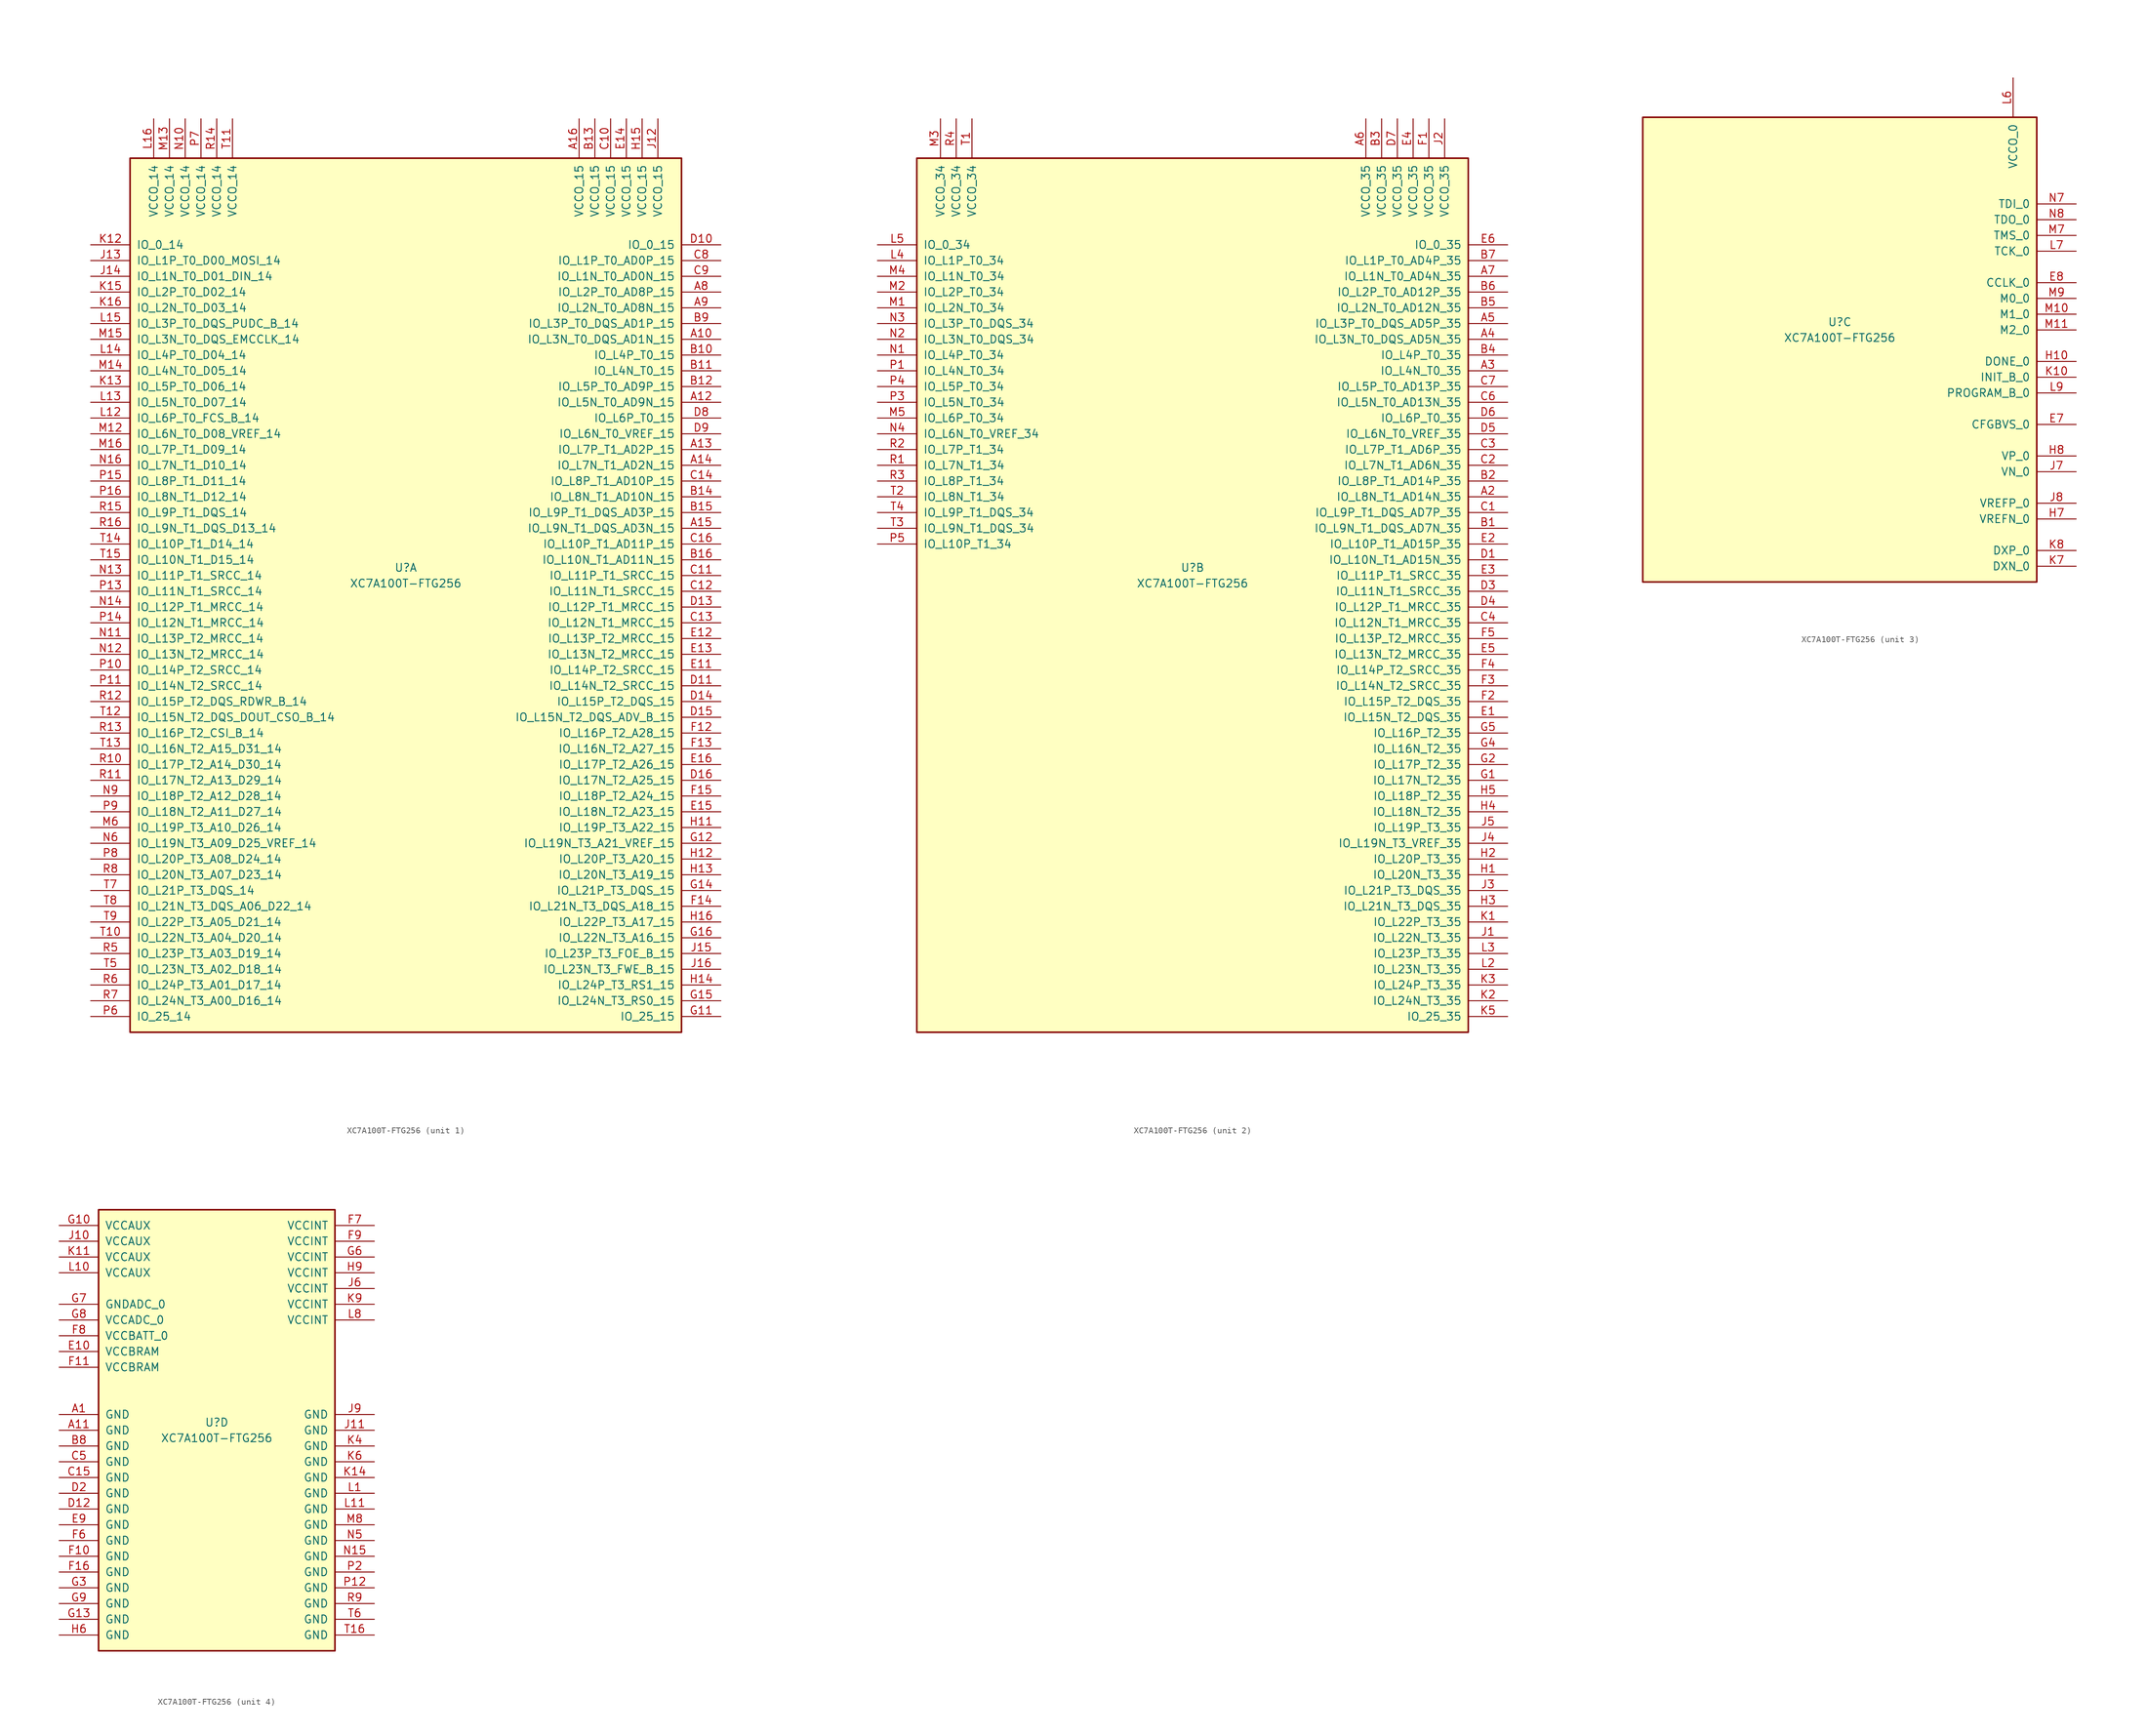
<source format=kicad_sym>
(kicad_symbol_lib
  (version 20241209)
  (generator "kicad_symbol_editor")
  (generator_version "9.0")
  (symbol "XC7A100T-FTG256"
    (pin_names
      (offset 1.016))
    (property "Reference" "U"
      (at 0 1.27 0)
      (effects (font (size 1.27 1.27))))
    (property "Value" "XC7A100T-FTG256"
      (at 0 -1.27 0)
      (effects (font (size 1.27 1.27))))
    (property "Datasheet" ""
      (at 0 0 0)
      (effects (font (size 1.27 1.27))))
    (property "ki_locked" ""
      (at 0 0 0)
      (effects (font (size 1.27 1.27))))
    (symbol "XC7A100T-FTG256_1_1"
      (rectangle (start -44.45 67.31) (end 44.45 -73.66) (stroke (width 0.254) (type default)) (fill (type background)))
      (pin bidirectional line (at -50.8 53.34 0) (length 6.35) (name "IO_0_14" (effects (font (size 1.27 1.27)))) (number "K12" (effects (font (size 1.27 1.27)))))
      (pin bidirectional line (at -50.8 50.8 0) (length 6.35) (name "IO_L1P_T0_D00_MOSI_14" (effects (font (size 1.27 1.27)))) (number "J13" (effects (font (size 1.27 1.27)))))
      (pin bidirectional line (at -50.8 48.26 0) (length 6.35) (name "IO_L1N_T0_D01_DIN_14" (effects (font (size 1.27 1.27)))) (number "J14" (effects (font (size 1.27 1.27)))))
      (pin bidirectional line (at -50.8 45.72 0) (length 6.35) (name "IO_L2P_T0_D02_14" (effects (font (size 1.27 1.27)))) (number "K15" (effects (font (size 1.27 1.27)))))
      (pin bidirectional line (at -50.8 43.18 0) (length 6.35) (name "IO_L2N_T0_D03_14" (effects (font (size 1.27 1.27)))) (number "K16" (effects (font (size 1.27 1.27)))))
      (pin bidirectional line (at -50.8 40.64 0) (length 6.35) (name "IO_L3P_T0_DQS_PUDC_B_14" (effects (font (size 1.27 1.27)))) (number "L15" (effects (font (size 1.27 1.27)))))
      (pin bidirectional line (at -50.8 38.1 0) (length 6.35) (name "IO_L3N_T0_DQS_EMCCLK_14" (effects (font (size 1.27 1.27)))) (number "M15" (effects (font (size 1.27 1.27)))))
      (pin bidirectional line (at -50.8 35.56 0) (length 6.35) (name "IO_L4P_T0_D04_14" (effects (font (size 1.27 1.27)))) (number "L14" (effects (font (size 1.27 1.27)))))
      (pin bidirectional line (at -50.8 33.02 0) (length 6.35) (name "IO_L4N_T0_D05_14" (effects (font (size 1.27 1.27)))) (number "M14" (effects (font (size 1.27 1.27)))))
      (pin bidirectional line (at -50.8 30.48 0) (length 6.35) (name "IO_L5P_T0_D06_14" (effects (font (size 1.27 1.27)))) (number "K13" (effects (font (size 1.27 1.27)))))
      (pin bidirectional line (at -50.8 27.94 0) (length 6.35) (name "IO_L5N_T0_D07_14" (effects (font (size 1.27 1.27)))) (number "L13" (effects (font (size 1.27 1.27)))))
      (pin bidirectional line (at -50.8 25.4 0) (length 6.35) (name "IO_L6P_T0_FCS_B_14" (effects (font (size 1.27 1.27)))) (number "L12" (effects (font (size 1.27 1.27)))))
      (pin bidirectional line (at -50.8 22.86 0) (length 6.35) (name "IO_L6N_T0_D08_VREF_14" (effects (font (size 1.27 1.27)))) (number "M12" (effects (font (size 1.27 1.27)))))
      (pin bidirectional line (at -50.8 20.32 0) (length 6.35) (name "IO_L7P_T1_D09_14" (effects (font (size 1.27 1.27)))) (number "M16" (effects (font (size 1.27 1.27)))))
      (pin bidirectional line (at -50.8 17.78 0) (length 6.35) (name "IO_L7N_T1_D10_14" (effects (font (size 1.27 1.27)))) (number "N16" (effects (font (size 1.27 1.27)))))
      (pin bidirectional line (at -50.8 15.24 0) (length 6.35) (name "IO_L8P_T1_D11_14" (effects (font (size 1.27 1.27)))) (number "P15" (effects (font (size 1.27 1.27)))))
      (pin bidirectional line (at -50.8 12.7 0) (length 6.35) (name "IO_L8N_T1_D12_14" (effects (font (size 1.27 1.27)))) (number "P16" (effects (font (size 1.27 1.27)))))
      (pin bidirectional line (at -50.8 10.16 0) (length 6.35) (name "IO_L9P_T1_DQS_14" (effects (font (size 1.27 1.27)))) (number "R15" (effects (font (size 1.27 1.27)))))
      (pin bidirectional line (at -50.8 7.62 0) (length 6.35) (name "IO_L9N_T1_DQS_D13_14" (effects (font (size 1.27 1.27)))) (number "R16" (effects (font (size 1.27 1.27)))))
      (pin bidirectional line (at -50.8 5.08 0) (length 6.35) (name "IO_L10P_T1_D14_14" (effects (font (size 1.27 1.27)))) (number "T14" (effects (font (size 1.27 1.27)))))
      (pin bidirectional line (at -50.8 2.54 0) (length 6.35) (name "IO_L10N_T1_D15_14" (effects (font (size 1.27 1.27)))) (number "T15" (effects (font (size 1.27 1.27)))))
      (pin bidirectional line (at -50.8 0 0) (length 6.35) (name "IO_L11P_T1_SRCC_14" (effects (font (size 1.27 1.27)))) (number "N13" (effects (font (size 1.27 1.27)))))
      (pin bidirectional line (at -50.8 -2.54 0) (length 6.35) (name "IO_L11N_T1_SRCC_14" (effects (font (size 1.27 1.27)))) (number "P13" (effects (font (size 1.27 1.27)))))
      (pin bidirectional line (at -50.8 -5.08 0) (length 6.35) (name "IO_L12P_T1_MRCC_14" (effects (font (size 1.27 1.27)))) (number "N14" (effects (font (size 1.27 1.27)))))
      (pin bidirectional line (at -50.8 -7.62 0) (length 6.35) (name "IO_L12N_T1_MRCC_14" (effects (font (size 1.27 1.27)))) (number "P14" (effects (font (size 1.27 1.27)))))
      (pin bidirectional line (at -50.8 -10.16 0) (length 6.35) (name "IO_L13P_T2_MRCC_14" (effects (font (size 1.27 1.27)))) (number "N11" (effects (font (size 1.27 1.27)))))
      (pin bidirectional line (at -50.8 -12.7 0) (length 6.35) (name "IO_L13N_T2_MRCC_14" (effects (font (size 1.27 1.27)))) (number "N12" (effects (font (size 1.27 1.27)))))
      (pin bidirectional line (at -50.8 -15.24 0) (length 6.35) (name "IO_L14P_T2_SRCC_14" (effects (font (size 1.27 1.27)))) (number "P10" (effects (font (size 1.27 1.27)))))
      (pin bidirectional line (at -50.8 -17.78 0) (length 6.35) (name "IO_L14N_T2_SRCC_14" (effects (font (size 1.27 1.27)))) (number "P11" (effects (font (size 1.27 1.27)))))
      (pin bidirectional line (at -50.8 -20.32 0) (length 6.35) (name "IO_L15P_T2_DQS_RDWR_B_14" (effects (font (size 1.27 1.27)))) (number "R12" (effects (font (size 1.27 1.27)))))
      (pin bidirectional line (at -50.8 -22.86 0) (length 6.35) (name "IO_L15N_T2_DQS_DOUT_CSO_B_14" (effects (font (size 1.27 1.27)))) (number "T12" (effects (font (size 1.27 1.27)))))
      (pin bidirectional line (at -50.8 -25.4 0) (length 6.35) (name "IO_L16P_T2_CSI_B_14" (effects (font (size 1.27 1.27)))) (number "R13" (effects (font (size 1.27 1.27)))))
      (pin bidirectional line (at -50.8 -27.94 0) (length 6.35) (name "IO_L16N_T2_A15_D31_14" (effects (font (size 1.27 1.27)))) (number "T13" (effects (font (size 1.27 1.27)))))
      (pin bidirectional line (at -50.8 -30.48 0) (length 6.35) (name "IO_L17P_T2_A14_D30_14" (effects (font (size 1.27 1.27)))) (number "R10" (effects (font (size 1.27 1.27)))))
      (pin bidirectional line (at -50.8 -33.02 0) (length 6.35) (name "IO_L17N_T2_A13_D29_14" (effects (font (size 1.27 1.27)))) (number "R11" (effects (font (size 1.27 1.27)))))
      (pin bidirectional line (at -50.8 -35.56 0) (length 6.35) (name "IO_L18P_T2_A12_D28_14" (effects (font (size 1.27 1.27)))) (number "N9" (effects (font (size 1.27 1.27)))))
      (pin bidirectional line (at -50.8 -38.1 0) (length 6.35) (name "IO_L18N_T2_A11_D27_14" (effects (font (size 1.27 1.27)))) (number "P9" (effects (font (size 1.27 1.27)))))
      (pin bidirectional line (at -50.8 -40.64 0) (length 6.35) (name "IO_L19P_T3_A10_D26_14" (effects (font (size 1.27 1.27)))) (number "M6" (effects (font (size 1.27 1.27)))))
      (pin bidirectional line (at -50.8 -43.18 0) (length 6.35) (name "IO_L19N_T3_A09_D25_VREF_14" (effects (font (size 1.27 1.27)))) (number "N6" (effects (font (size 1.27 1.27)))))
      (pin bidirectional line (at -50.8 -45.72 0) (length 6.35) (name "IO_L20P_T3_A08_D24_14" (effects (font (size 1.27 1.27)))) (number "P8" (effects (font (size 1.27 1.27)))))
      (pin bidirectional line (at -50.8 -48.26 0) (length 6.35) (name "IO_L20N_T3_A07_D23_14" (effects (font (size 1.27 1.27)))) (number "R8" (effects (font (size 1.27 1.27)))))
      (pin bidirectional line (at -50.8 -50.8 0) (length 6.35) (name "IO_L21P_T3_DQS_14" (effects (font (size 1.27 1.27)))) (number "T7" (effects (font (size 1.27 1.27)))))
      (pin bidirectional line (at -50.8 -53.34 0) (length 6.35) (name "IO_L21N_T3_DQS_A06_D22_14" (effects (font (size 1.27 1.27)))) (number "T8" (effects (font (size 1.27 1.27)))))
      (pin bidirectional line (at -50.8 -55.88 0) (length 6.35) (name "IO_L22P_T3_A05_D21_14" (effects (font (size 1.27 1.27)))) (number "T9" (effects (font (size 1.27 1.27)))))
      (pin bidirectional line (at -50.8 -58.42 0) (length 6.35) (name "IO_L22N_T3_A04_D20_14" (effects (font (size 1.27 1.27)))) (number "T10" (effects (font (size 1.27 1.27)))))
      (pin bidirectional line (at -50.8 -60.96 0) (length 6.35) (name "IO_L23P_T3_A03_D19_14" (effects (font (size 1.27 1.27)))) (number "R5" (effects (font (size 1.27 1.27)))))
      (pin bidirectional line (at -50.8 -63.5 0) (length 6.35) (name "IO_L23N_T3_A02_D18_14" (effects (font (size 1.27 1.27)))) (number "T5" (effects (font (size 1.27 1.27)))))
      (pin bidirectional line (at -50.8 -66.04 0) (length 6.35) (name "IO_L24P_T3_A01_D17_14" (effects (font (size 1.27 1.27)))) (number "R6" (effects (font (size 1.27 1.27)))))
      (pin bidirectional line (at -50.8 -68.58 0) (length 6.35) (name "IO_L24N_T3_A00_D16_14" (effects (font (size 1.27 1.27)))) (number "R7" (effects (font (size 1.27 1.27)))))
      (pin bidirectional line (at -50.8 -71.12 0) (length 6.35) (name "IO_25_14" (effects (font (size 1.27 1.27)))) (number "P6" (effects (font (size 1.27 1.27)))))
      (pin power_in line (at -40.64 73.66 270) (length 6.35) (name "VCCO_14" (effects (font (size 1.27 1.27)))) (number "L16" (effects (font (size 1.27 1.27)))))
      (pin power_in line (at -38.1 73.66 270) (length 6.35) (name "VCCO_14" (effects (font (size 1.27 1.27)))) (number "M13" (effects (font (size 1.27 1.27)))))
      (pin power_in line (at -35.56 73.66 270) (length 6.35) (name "VCCO_14" (effects (font (size 1.27 1.27)))) (number "N10" (effects (font (size 1.27 1.27)))))
      (pin power_in line (at -33.02 73.66 270) (length 6.35) (name "VCCO_14" (effects (font (size 1.27 1.27)))) (number "P7" (effects (font (size 1.27 1.27)))))
      (pin power_in line (at -30.48 73.66 270) (length 6.35) (name "VCCO_14" (effects (font (size 1.27 1.27)))) (number "R14" (effects (font (size 1.27 1.27)))))
      (pin power_in line (at -27.94 73.66 270) (length 6.35) (name "VCCO_14" (effects (font (size 1.27 1.27)))) (number "T11" (effects (font (size 1.27 1.27)))))
      (pin power_in line (at 27.94 73.66 270) (length 6.35) (name "VCCO_15" (effects (font (size 1.27 1.27)))) (number "A16" (effects (font (size 1.27 1.27)))))
      (pin power_in line (at 30.48 73.66 270) (length 6.35) (name "VCCO_15" (effects (font (size 1.27 1.27)))) (number "B13" (effects (font (size 1.27 1.27)))))
      (pin power_in line (at 33.02 73.66 270) (length 6.35) (name "VCCO_15" (effects (font (size 1.27 1.27)))) (number "C10" (effects (font (size 1.27 1.27)))))
      (pin power_in line (at 35.56 73.66 270) (length 6.35) (name "VCCO_15" (effects (font (size 1.27 1.27)))) (number "E14" (effects (font (size 1.27 1.27)))))
      (pin power_in line (at 38.1 73.66 270) (length 6.35) (name "VCCO_15" (effects (font (size 1.27 1.27)))) (number "H15" (effects (font (size 1.27 1.27)))))
      (pin power_in line (at 40.64 73.66 270) (length 6.35) (name "VCCO_15" (effects (font (size 1.27 1.27)))) (number "J12" (effects (font (size 1.27 1.27)))))
      (pin bidirectional line (at 50.8 53.34 180) (length 6.35) (name "IO_0_15" (effects (font (size 1.27 1.27)))) (number "D10" (effects (font (size 1.27 1.27)))))
      (pin bidirectional line (at 50.8 50.8 180) (length 6.35) (name "IO_L1P_T0_AD0P_15" (effects (font (size 1.27 1.27)))) (number "C8" (effects (font (size 1.27 1.27)))))
      (pin bidirectional line (at 50.8 48.26 180) (length 6.35) (name "IO_L1N_T0_AD0N_15" (effects (font (size 1.27 1.27)))) (number "C9" (effects (font (size 1.27 1.27)))))
      (pin bidirectional line (at 50.8 45.72 180) (length 6.35) (name "IO_L2P_T0_AD8P_15" (effects (font (size 1.27 1.27)))) (number "A8" (effects (font (size 1.27 1.27)))))
      (pin bidirectional line (at 50.8 43.18 180) (length 6.35) (name "IO_L2N_T0_AD8N_15" (effects (font (size 1.27 1.27)))) (number "A9" (effects (font (size 1.27 1.27)))))
      (pin bidirectional line (at 50.8 40.64 180) (length 6.35) (name "IO_L3P_T0_DQS_AD1P_15" (effects (font (size 1.27 1.27)))) (number "B9" (effects (font (size 1.27 1.27)))))
      (pin bidirectional line (at 50.8 38.1 180) (length 6.35) (name "IO_L3N_T0_DQS_AD1N_15" (effects (font (size 1.27 1.27)))) (number "A10" (effects (font (size 1.27 1.27)))))
      (pin bidirectional line (at 50.8 35.56 180) (length 6.35) (name "IO_L4P_T0_15" (effects (font (size 1.27 1.27)))) (number "B10" (effects (font (size 1.27 1.27)))))
      (pin bidirectional line (at 50.8 33.02 180) (length 6.35) (name "IO_L4N_T0_15" (effects (font (size 1.27 1.27)))) (number "B11" (effects (font (size 1.27 1.27)))))
      (pin bidirectional line (at 50.8 30.48 180) (length 6.35) (name "IO_L5P_T0_AD9P_15" (effects (font (size 1.27 1.27)))) (number "B12" (effects (font (size 1.27 1.27)))))
      (pin bidirectional line (at 50.8 27.94 180) (length 6.35) (name "IO_L5N_T0_AD9N_15" (effects (font (size 1.27 1.27)))) (number "A12" (effects (font (size 1.27 1.27)))))
      (pin bidirectional line (at 50.8 25.4 180) (length 6.35) (name "IO_L6P_T0_15" (effects (font (size 1.27 1.27)))) (number "D8" (effects (font (size 1.27 1.27)))))
      (pin bidirectional line (at 50.8 22.86 180) (length 6.35) (name "IO_L6N_T0_VREF_15" (effects (font (size 1.27 1.27)))) (number "D9" (effects (font (size 1.27 1.27)))))
      (pin bidirectional line (at 50.8 20.32 180) (length 6.35) (name "IO_L7P_T1_AD2P_15" (effects (font (size 1.27 1.27)))) (number "A13" (effects (font (size 1.27 1.27)))))
      (pin bidirectional line (at 50.8 17.78 180) (length 6.35) (name "IO_L7N_T1_AD2N_15" (effects (font (size 1.27 1.27)))) (number "A14" (effects (font (size 1.27 1.27)))))
      (pin bidirectional line (at 50.8 15.24 180) (length 6.35) (name "IO_L8P_T1_AD10P_15" (effects (font (size 1.27 1.27)))) (number "C14" (effects (font (size 1.27 1.27)))))
      (pin bidirectional line (at 50.8 12.7 180) (length 6.35) (name "IO_L8N_T1_AD10N_15" (effects (font (size 1.27 1.27)))) (number "B14" (effects (font (size 1.27 1.27)))))
      (pin bidirectional line (at 50.8 10.16 180) (length 6.35) (name "IO_L9P_T1_DQS_AD3P_15" (effects (font (size 1.27 1.27)))) (number "B15" (effects (font (size 1.27 1.27)))))
      (pin bidirectional line (at 50.8 7.62 180) (length 6.35) (name "IO_L9N_T1_DQS_AD3N_15" (effects (font (size 1.27 1.27)))) (number "A15" (effects (font (size 1.27 1.27)))))
      (pin bidirectional line (at 50.8 5.08 180) (length 6.35) (name "IO_L10P_T1_AD11P_15" (effects (font (size 1.27 1.27)))) (number "C16" (effects (font (size 1.27 1.27)))))
      (pin bidirectional line (at 50.8 2.54 180) (length 6.35) (name "IO_L10N_T1_AD11N_15" (effects (font (size 1.27 1.27)))) (number "B16" (effects (font (size 1.27 1.27)))))
      (pin bidirectional line (at 50.8 0 180) (length 6.35) (name "IO_L11P_T1_SRCC_15" (effects (font (size 1.27 1.27)))) (number "C11" (effects (font (size 1.27 1.27)))))
      (pin bidirectional line (at 50.8 -2.54 180) (length 6.35) (name "IO_L11N_T1_SRCC_15" (effects (font (size 1.27 1.27)))) (number "C12" (effects (font (size 1.27 1.27)))))
      (pin bidirectional line (at 50.8 -5.08 180) (length 6.35) (name "IO_L12P_T1_MRCC_15" (effects (font (size 1.27 1.27)))) (number "D13" (effects (font (size 1.27 1.27)))))
      (pin bidirectional line (at 50.8 -7.62 180) (length 6.35) (name "IO_L12N_T1_MRCC_15" (effects (font (size 1.27 1.27)))) (number "C13" (effects (font (size 1.27 1.27)))))
      (pin bidirectional line (at 50.8 -10.16 180) (length 6.35) (name "IO_L13P_T2_MRCC_15" (effects (font (size 1.27 1.27)))) (number "E12" (effects (font (size 1.27 1.27)))))
      (pin bidirectional line (at 50.8 -12.7 180) (length 6.35) (name "IO_L13N_T2_MRCC_15" (effects (font (size 1.27 1.27)))) (number "E13" (effects (font (size 1.27 1.27)))))
      (pin bidirectional line (at 50.8 -15.24 180) (length 6.35) (name "IO_L14P_T2_SRCC_15" (effects (font (size 1.27 1.27)))) (number "E11" (effects (font (size 1.27 1.27)))))
      (pin bidirectional line (at 50.8 -17.78 180) (length 6.35) (name "IO_L14N_T2_SRCC_15" (effects (font (size 1.27 1.27)))) (number "D11" (effects (font (size 1.27 1.27)))))
      (pin bidirectional line (at 50.8 -20.32 180) (length 6.35) (name "IO_L15P_T2_DQS_15" (effects (font (size 1.27 1.27)))) (number "D14" (effects (font (size 1.27 1.27)))))
      (pin bidirectional line (at 50.8 -22.86 180) (length 6.35) (name "IO_L15N_T2_DQS_ADV_B_15" (effects (font (size 1.27 1.27)))) (number "D15" (effects (font (size 1.27 1.27)))))
      (pin bidirectional line (at 50.8 -25.4 180) (length 6.35) (name "IO_L16P_T2_A28_15" (effects (font (size 1.27 1.27)))) (number "F12" (effects (font (size 1.27 1.27)))))
      (pin bidirectional line (at 50.8 -27.94 180) (length 6.35) (name "IO_L16N_T2_A27_15" (effects (font (size 1.27 1.27)))) (number "F13" (effects (font (size 1.27 1.27)))))
      (pin bidirectional line (at 50.8 -30.48 180) (length 6.35) (name "IO_L17P_T2_A26_15" (effects (font (size 1.27 1.27)))) (number "E16" (effects (font (size 1.27 1.27)))))
      (pin bidirectional line (at 50.8 -33.02 180) (length 6.35) (name "IO_L17N_T2_A25_15" (effects (font (size 1.27 1.27)))) (number "D16" (effects (font (size 1.27 1.27)))))
      (pin bidirectional line (at 50.8 -35.56 180) (length 6.35) (name "IO_L18P_T2_A24_15" (effects (font (size 1.27 1.27)))) (number "F15" (effects (font (size 1.27 1.27)))))
      (pin bidirectional line (at 50.8 -38.1 180) (length 6.35) (name "IO_L18N_T2_A23_15" (effects (font (size 1.27 1.27)))) (number "E15" (effects (font (size 1.27 1.27)))))
      (pin bidirectional line (at 50.8 -40.64 180) (length 6.35) (name "IO_L19P_T3_A22_15" (effects (font (size 1.27 1.27)))) (number "H11" (effects (font (size 1.27 1.27)))))
      (pin bidirectional line (at 50.8 -43.18 180) (length 6.35) (name "IO_L19N_T3_A21_VREF_15" (effects (font (size 1.27 1.27)))) (number "G12" (effects (font (size 1.27 1.27)))))
      (pin bidirectional line (at 50.8 -45.72 180) (length 6.35) (name "IO_L20P_T3_A20_15" (effects (font (size 1.27 1.27)))) (number "H12" (effects (font (size 1.27 1.27)))))
      (pin bidirectional line (at 50.8 -48.26 180) (length 6.35) (name "IO_L20N_T3_A19_15" (effects (font (size 1.27 1.27)))) (number "H13" (effects (font (size 1.27 1.27)))))
      (pin bidirectional line (at 50.8 -50.8 180) (length 6.35) (name "IO_L21P_T3_DQS_15" (effects (font (size 1.27 1.27)))) (number "G14" (effects (font (size 1.27 1.27)))))
      (pin bidirectional line (at 50.8 -53.34 180) (length 6.35) (name "IO_L21N_T3_DQS_A18_15" (effects (font (size 1.27 1.27)))) (number "F14" (effects (font (size 1.27 1.27)))))
      (pin bidirectional line (at 50.8 -55.88 180) (length 6.35) (name "IO_L22P_T3_A17_15" (effects (font (size 1.27 1.27)))) (number "H16" (effects (font (size 1.27 1.27)))))
      (pin bidirectional line (at 50.8 -58.42 180) (length 6.35) (name "IO_L22N_T3_A16_15" (effects (font (size 1.27 1.27)))) (number "G16" (effects (font (size 1.27 1.27)))))
      (pin bidirectional line (at 50.8 -60.96 180) (length 6.35) (name "IO_L23P_T3_FOE_B_15" (effects (font (size 1.27 1.27)))) (number "J15" (effects (font (size 1.27 1.27)))))
      (pin bidirectional line (at 50.8 -63.5 180) (length 6.35) (name "IO_L23N_T3_FWE_B_15" (effects (font (size 1.27 1.27)))) (number "J16" (effects (font (size 1.27 1.27)))))
      (pin bidirectional line (at 50.8 -66.04 180) (length 6.35) (name "IO_L24P_T3_RS1_15" (effects (font (size 1.27 1.27)))) (number "H14" (effects (font (size 1.27 1.27)))))
      (pin bidirectional line (at 50.8 -68.58 180) (length 6.35) (name "IO_L24N_T3_RS0_15" (effects (font (size 1.27 1.27)))) (number "G15" (effects (font (size 1.27 1.27)))))
      (pin bidirectional line (at 50.8 -71.12 180) (length 6.35) (name "IO_25_15" (effects (font (size 1.27 1.27)))) (number "G11" (effects (font (size 1.27 1.27))))))
    (symbol "XC7A100T-FTG256_2_1"
      (rectangle (start -44.45 67.31) (end 44.45 -73.66) (stroke (width 0.254) (type default)) (fill (type background)))
      (pin bidirectional line (at -50.8 53.34 0) (length 6.35) (name "IO_0_34" (effects (font (size 1.27 1.27)))) (number "L5" (effects (font (size 1.27 1.27)))))
      (pin bidirectional line (at -50.8 50.8 0) (length 6.35) (name "IO_L1P_T0_34" (effects (font (size 1.27 1.27)))) (number "L4" (effects (font (size 1.27 1.27)))))
      (pin bidirectional line (at -50.8 48.26 0) (length 6.35) (name "IO_L1N_T0_34" (effects (font (size 1.27 1.27)))) (number "M4" (effects (font (size 1.27 1.27)))))
      (pin bidirectional line (at -50.8 45.72 0) (length 6.35) (name "IO_L2P_T0_34" (effects (font (size 1.27 1.27)))) (number "M2" (effects (font (size 1.27 1.27)))))
      (pin bidirectional line (at -50.8 43.18 0) (length 6.35) (name "IO_L2N_T0_34" (effects (font (size 1.27 1.27)))) (number "M1" (effects (font (size 1.27 1.27)))))
      (pin bidirectional line (at -50.8 40.64 0) (length 6.35) (name "IO_L3P_T0_DQS_34" (effects (font (size 1.27 1.27)))) (number "N3" (effects (font (size 1.27 1.27)))))
      (pin bidirectional line (at -50.8 38.1 0) (length 6.35) (name "IO_L3N_T0_DQS_34" (effects (font (size 1.27 1.27)))) (number "N2" (effects (font (size 1.27 1.27)))))
      (pin bidirectional line (at -50.8 35.56 0) (length 6.35) (name "IO_L4P_T0_34" (effects (font (size 1.27 1.27)))) (number "N1" (effects (font (size 1.27 1.27)))))
      (pin bidirectional line (at -50.8 33.02 0) (length 6.35) (name "IO_L4N_T0_34" (effects (font (size 1.27 1.27)))) (number "P1" (effects (font (size 1.27 1.27)))))
      (pin bidirectional line (at -50.8 30.48 0) (length 6.35) (name "IO_L5P_T0_34" (effects (font (size 1.27 1.27)))) (number "P4" (effects (font (size 1.27 1.27)))))
      (pin bidirectional line (at -50.8 27.94 0) (length 6.35) (name "IO_L5N_T0_34" (effects (font (size 1.27 1.27)))) (number "P3" (effects (font (size 1.27 1.27)))))
      (pin bidirectional line (at -50.8 25.4 0) (length 6.35) (name "IO_L6P_T0_34" (effects (font (size 1.27 1.27)))) (number "M5" (effects (font (size 1.27 1.27)))))
      (pin bidirectional line (at -50.8 22.86 0) (length 6.35) (name "IO_L6N_T0_VREF_34" (effects (font (size 1.27 1.27)))) (number "N4" (effects (font (size 1.27 1.27)))))
      (pin bidirectional line (at -50.8 20.32 0) (length 6.35) (name "IO_L7P_T1_34" (effects (font (size 1.27 1.27)))) (number "R2" (effects (font (size 1.27 1.27)))))
      (pin bidirectional line (at -50.8 17.78 0) (length 6.35) (name "IO_L7N_T1_34" (effects (font (size 1.27 1.27)))) (number "R1" (effects (font (size 1.27 1.27)))))
      (pin bidirectional line (at -50.8 15.24 0) (length 6.35) (name "IO_L8P_T1_34" (effects (font (size 1.27 1.27)))) (number "R3" (effects (font (size 1.27 1.27)))))
      (pin bidirectional line (at -50.8 12.7 0) (length 6.35) (name "IO_L8N_T1_34" (effects (font (size 1.27 1.27)))) (number "T2" (effects (font (size 1.27 1.27)))))
      (pin bidirectional line (at -50.8 10.16 0) (length 6.35) (name "IO_L9P_T1_DQS_34" (effects (font (size 1.27 1.27)))) (number "T4" (effects (font (size 1.27 1.27)))))
      (pin bidirectional line (at -50.8 7.62 0) (length 6.35) (name "IO_L9N_T1_DQS_34" (effects (font (size 1.27 1.27)))) (number "T3" (effects (font (size 1.27 1.27)))))
      (pin bidirectional line (at -50.8 5.08 0) (length 6.35) (name "IO_L10P_T1_34" (effects (font (size 1.27 1.27)))) (number "P5" (effects (font (size 1.27 1.27)))))
      (pin power_in line (at -40.64 73.66 270) (length 6.35) (name "VCCO_34" (effects (font (size 1.27 1.27)))) (number "M3" (effects (font (size 1.27 1.27)))))
      (pin power_in line (at -38.1 73.66 270) (length 6.35) (name "VCCO_34" (effects (font (size 1.27 1.27)))) (number "R4" (effects (font (size 1.27 1.27)))))
      (pin power_in line (at -35.56 73.66 270) (length 6.35) (name "VCCO_34" (effects (font (size 1.27 1.27)))) (number "T1" (effects (font (size 1.27 1.27)))))
      (pin power_in line (at 27.94 73.66 270) (length 6.35) (name "VCCO_35" (effects (font (size 1.27 1.27)))) (number "A6" (effects (font (size 1.27 1.27)))))
      (pin power_in line (at 30.48 73.66 270) (length 6.35) (name "VCCO_35" (effects (font (size 1.27 1.27)))) (number "B3" (effects (font (size 1.27 1.27)))))
      (pin power_in line (at 33.02 73.66 270) (length 6.35) (name "VCCO_35" (effects (font (size 1.27 1.27)))) (number "D7" (effects (font (size 1.27 1.27)))))
      (pin power_in line (at 35.56 73.66 270) (length 6.35) (name "VCCO_35" (effects (font (size 1.27 1.27)))) (number "E4" (effects (font (size 1.27 1.27)))))
      (pin power_in line (at 38.1 73.66 270) (length 6.35) (name "VCCO_35" (effects (font (size 1.27 1.27)))) (number "F1" (effects (font (size 1.27 1.27)))))
      (pin power_in line (at 40.64 73.66 270) (length 6.35) (name "VCCO_35" (effects (font (size 1.27 1.27)))) (number "J2" (effects (font (size 1.27 1.27)))))
      (pin bidirectional line (at 50.8 53.34 180) (length 6.35) (name "IO_0_35" (effects (font (size 1.27 1.27)))) (number "E6" (effects (font (size 1.27 1.27)))))
      (pin bidirectional line (at 50.8 50.8 180) (length 6.35) (name "IO_L1P_T0_AD4P_35" (effects (font (size 1.27 1.27)))) (number "B7" (effects (font (size 1.27 1.27)))))
      (pin bidirectional line (at 50.8 48.26 180) (length 6.35) (name "IO_L1N_T0_AD4N_35" (effects (font (size 1.27 1.27)))) (number "A7" (effects (font (size 1.27 1.27)))))
      (pin bidirectional line (at 50.8 45.72 180) (length 6.35) (name "IO_L2P_T0_AD12P_35" (effects (font (size 1.27 1.27)))) (number "B6" (effects (font (size 1.27 1.27)))))
      (pin bidirectional line (at 50.8 43.18 180) (length 6.35) (name "IO_L2N_T0_AD12N_35" (effects (font (size 1.27 1.27)))) (number "B5" (effects (font (size 1.27 1.27)))))
      (pin bidirectional line (at 50.8 40.64 180) (length 6.35) (name "IO_L3P_T0_DQS_AD5P_35" (effects (font (size 1.27 1.27)))) (number "A5" (effects (font (size 1.27 1.27)))))
      (pin bidirectional line (at 50.8 38.1 180) (length 6.35) (name "IO_L3N_T0_DQS_AD5N_35" (effects (font (size 1.27 1.27)))) (number "A4" (effects (font (size 1.27 1.27)))))
      (pin bidirectional line (at 50.8 35.56 180) (length 6.35) (name "IO_L4P_T0_35" (effects (font (size 1.27 1.27)))) (number "B4" (effects (font (size 1.27 1.27)))))
      (pin bidirectional line (at 50.8 33.02 180) (length 6.35) (name "IO_L4N_T0_35" (effects (font (size 1.27 1.27)))) (number "A3" (effects (font (size 1.27 1.27)))))
      (pin bidirectional line (at 50.8 30.48 180) (length 6.35) (name "IO_L5P_T0_AD13P_35" (effects (font (size 1.27 1.27)))) (number "C7" (effects (font (size 1.27 1.27)))))
      (pin bidirectional line (at 50.8 27.94 180) (length 6.35) (name "IO_L5N_T0_AD13N_35" (effects (font (size 1.27 1.27)))) (number "C6" (effects (font (size 1.27 1.27)))))
      (pin bidirectional line (at 50.8 25.4 180) (length 6.35) (name "IO_L6P_T0_35" (effects (font (size 1.27 1.27)))) (number "D6" (effects (font (size 1.27 1.27)))))
      (pin bidirectional line (at 50.8 22.86 180) (length 6.35) (name "IO_L6N_T0_VREF_35" (effects (font (size 1.27 1.27)))) (number "D5" (effects (font (size 1.27 1.27)))))
      (pin bidirectional line (at 50.8 20.32 180) (length 6.35) (name "IO_L7P_T1_AD6P_35" (effects (font (size 1.27 1.27)))) (number "C3" (effects (font (size 1.27 1.27)))))
      (pin bidirectional line (at 50.8 17.78 180) (length 6.35) (name "IO_L7N_T1_AD6N_35" (effects (font (size 1.27 1.27)))) (number "C2" (effects (font (size 1.27 1.27)))))
      (pin bidirectional line (at 50.8 15.24 180) (length 6.35) (name "IO_L8P_T1_AD14P_35" (effects (font (size 1.27 1.27)))) (number "B2" (effects (font (size 1.27 1.27)))))
      (pin bidirectional line (at 50.8 12.7 180) (length 6.35) (name "IO_L8N_T1_AD14N_35" (effects (font (size 1.27 1.27)))) (number "A2" (effects (font (size 1.27 1.27)))))
      (pin bidirectional line (at 50.8 10.16 180) (length 6.35) (name "IO_L9P_T1_DQS_AD7P_35" (effects (font (size 1.27 1.27)))) (number "C1" (effects (font (size 1.27 1.27)))))
      (pin bidirectional line (at 50.8 7.62 180) (length 6.35) (name "IO_L9N_T1_DQS_AD7N_35" (effects (font (size 1.27 1.27)))) (number "B1" (effects (font (size 1.27 1.27)))))
      (pin bidirectional line (at 50.8 5.08 180) (length 6.35) (name "IO_L10P_T1_AD15P_35" (effects (font (size 1.27 1.27)))) (number "E2" (effects (font (size 1.27 1.27)))))
      (pin bidirectional line (at 50.8 2.54 180) (length 6.35) (name "IO_L10N_T1_AD15N_35" (effects (font (size 1.27 1.27)))) (number "D1" (effects (font (size 1.27 1.27)))))
      (pin bidirectional line (at 50.8 0 180) (length 6.35) (name "IO_L11P_T1_SRCC_35" (effects (font (size 1.27 1.27)))) (number "E3" (effects (font (size 1.27 1.27)))))
      (pin bidirectional line (at 50.8 -2.54 180) (length 6.35) (name "IO_L11N_T1_SRCC_35" (effects (font (size 1.27 1.27)))) (number "D3" (effects (font (size 1.27 1.27)))))
      (pin bidirectional line (at 50.8 -5.08 180) (length 6.35) (name "IO_L12P_T1_MRCC_35" (effects (font (size 1.27 1.27)))) (number "D4" (effects (font (size 1.27 1.27)))))
      (pin bidirectional line (at 50.8 -7.62 180) (length 6.35) (name "IO_L12N_T1_MRCC_35" (effects (font (size 1.27 1.27)))) (number "C4" (effects (font (size 1.27 1.27)))))
      (pin bidirectional line (at 50.8 -10.16 180) (length 6.35) (name "IO_L13P_T2_MRCC_35" (effects (font (size 1.27 1.27)))) (number "F5" (effects (font (size 1.27 1.27)))))
      (pin bidirectional line (at 50.8 -12.7 180) (length 6.35) (name "IO_L13N_T2_MRCC_35" (effects (font (size 1.27 1.27)))) (number "E5" (effects (font (size 1.27 1.27)))))
      (pin bidirectional line (at 50.8 -15.24 180) (length 6.35) (name "IO_L14P_T2_SRCC_35" (effects (font (size 1.27 1.27)))) (number "F4" (effects (font (size 1.27 1.27)))))
      (pin bidirectional line (at 50.8 -17.78 180) (length 6.35) (name "IO_L14N_T2_SRCC_35" (effects (font (size 1.27 1.27)))) (number "F3" (effects (font (size 1.27 1.27)))))
      (pin bidirectional line (at 50.8 -20.32 180) (length 6.35) (name "IO_L15P_T2_DQS_35" (effects (font (size 1.27 1.27)))) (number "F2" (effects (font (size 1.27 1.27)))))
      (pin bidirectional line (at 50.8 -22.86 180) (length 6.35) (name "IO_L15N_T2_DQS_35" (effects (font (size 1.27 1.27)))) (number "E1" (effects (font (size 1.27 1.27)))))
      (pin bidirectional line (at 50.8 -25.4 180) (length 6.35) (name "IO_L16P_T2_35" (effects (font (size 1.27 1.27)))) (number "G5" (effects (font (size 1.27 1.27)))))
      (pin bidirectional line (at 50.8 -27.94 180) (length 6.35) (name "IO_L16N_T2_35" (effects (font (size 1.27 1.27)))) (number "G4" (effects (font (size 1.27 1.27)))))
      (pin bidirectional line (at 50.8 -30.48 180) (length 6.35) (name "IO_L17P_T2_35" (effects (font (size 1.27 1.27)))) (number "G2" (effects (font (size 1.27 1.27)))))
      (pin bidirectional line (at 50.8 -33.02 180) (length 6.35) (name "IO_L17N_T2_35" (effects (font (size 1.27 1.27)))) (number "G1" (effects (font (size 1.27 1.27)))))
      (pin bidirectional line (at 50.8 -35.56 180) (length 6.35) (name "IO_L18P_T2_35" (effects (font (size 1.27 1.27)))) (number "H5" (effects (font (size 1.27 1.27)))))
      (pin bidirectional line (at 50.8 -38.1 180) (length 6.35) (name "IO_L18N_T2_35" (effects (font (size 1.27 1.27)))) (number "H4" (effects (font (size 1.27 1.27)))))
      (pin bidirectional line (at 50.8 -40.64 180) (length 6.35) (name "IO_L19P_T3_35" (effects (font (size 1.27 1.27)))) (number "J5" (effects (font (size 1.27 1.27)))))
      (pin bidirectional line (at 50.8 -43.18 180) (length 6.35) (name "IO_L19N_T3_VREF_35" (effects (font (size 1.27 1.27)))) (number "J4" (effects (font (size 1.27 1.27)))))
      (pin bidirectional line (at 50.8 -45.72 180) (length 6.35) (name "IO_L20P_T3_35" (effects (font (size 1.27 1.27)))) (number "H2" (effects (font (size 1.27 1.27)))))
      (pin bidirectional line (at 50.8 -48.26 180) (length 6.35) (name "IO_L20N_T3_35" (effects (font (size 1.27 1.27)))) (number "H1" (effects (font (size 1.27 1.27)))))
      (pin bidirectional line (at 50.8 -50.8 180) (length 6.35) (name "IO_L21P_T3_DQS_35" (effects (font (size 1.27 1.27)))) (number "J3" (effects (font (size 1.27 1.27)))))
      (pin bidirectional line (at 50.8 -53.34 180) (length 6.35) (name "IO_L21N_T3_DQS_35" (effects (font (size 1.27 1.27)))) (number "H3" (effects (font (size 1.27 1.27)))))
      (pin bidirectional line (at 50.8 -55.88 180) (length 6.35) (name "IO_L22P_T3_35" (effects (font (size 1.27 1.27)))) (number "K1" (effects (font (size 1.27 1.27)))))
      (pin bidirectional line (at 50.8 -58.42 180) (length 6.35) (name "IO_L22N_T3_35" (effects (font (size 1.27 1.27)))) (number "J1" (effects (font (size 1.27 1.27)))))
      (pin bidirectional line (at 50.8 -60.96 180) (length 6.35) (name "IO_L23P_T3_35" (effects (font (size 1.27 1.27)))) (number "L3" (effects (font (size 1.27 1.27)))))
      (pin bidirectional line (at 50.8 -63.5 180) (length 6.35) (name "IO_L23N_T3_35" (effects (font (size 1.27 1.27)))) (number "L2" (effects (font (size 1.27 1.27)))))
      (pin bidirectional line (at 50.8 -66.04 180) (length 6.35) (name "IO_L24P_T3_35" (effects (font (size 1.27 1.27)))) (number "K3" (effects (font (size 1.27 1.27)))))
      (pin bidirectional line (at 50.8 -68.58 180) (length 6.35) (name "IO_L24N_T3_35" (effects (font (size 1.27 1.27)))) (number "K2" (effects (font (size 1.27 1.27)))))
      (pin bidirectional line (at 50.8 -71.12 180) (length 6.35) (name "IO_25_35" (effects (font (size 1.27 1.27)))) (number "K5" (effects (font (size 1.27 1.27))))))
    (symbol "XC7A100T-FTG256_3_1"
      (rectangle (start -31.75 34.29) (end 31.75 -40.64) (stroke (width 0.254) (type default)) (fill (type background)))
      (pin power_in line (at 27.94 40.64 270) (length 6.35) (name "VCCO_0" (effects (font (size 1.27 1.27)))) (number "L6" (effects (font (size 1.27 1.27)))))
      (pin bidirectional line (at 38.1 20.32 180) (length 6.35) (name "TDI_0" (effects (font (size 1.27 1.27)))) (number "N7" (effects (font (size 1.27 1.27)))))
      (pin bidirectional line (at 38.1 17.78 180) (length 6.35) (name "TDO_0" (effects (font (size 1.27 1.27)))) (number "N8" (effects (font (size 1.27 1.27)))))
      (pin bidirectional line (at 38.1 15.24 180) (length 6.35) (name "TMS_0" (effects (font (size 1.27 1.27)))) (number "M7" (effects (font (size 1.27 1.27)))))
      (pin bidirectional line (at 38.1 12.7 180) (length 6.35) (name "TCK_0" (effects (font (size 1.27 1.27)))) (number "L7" (effects (font (size 1.27 1.27)))))
      (pin bidirectional line (at 38.1 7.62 180) (length 6.35) (name "CCLK_0" (effects (font (size 1.27 1.27)))) (number "E8" (effects (font (size 1.27 1.27)))))
      (pin bidirectional line (at 38.1 5.08 180) (length 6.35) (name "M0_0" (effects (font (size 1.27 1.27)))) (number "M9" (effects (font (size 1.27 1.27)))))
      (pin bidirectional line (at 38.1 2.54 180) (length 6.35) (name "M1_0" (effects (font (size 1.27 1.27)))) (number "M10" (effects (font (size 1.27 1.27)))))
      (pin bidirectional line (at 38.1 0 180) (length 6.35) (name "M2_0" (effects (font (size 1.27 1.27)))) (number "M11" (effects (font (size 1.27 1.27)))))
      (pin bidirectional line (at 38.1 -5.08 180) (length 6.35) (name "DONE_0" (effects (font (size 1.27 1.27)))) (number "H10" (effects (font (size 1.27 1.27)))))
      (pin bidirectional line (at 38.1 -7.62 180) (length 6.35) (name "INIT_B_0" (effects (font (size 1.27 1.27)))) (number "K10" (effects (font (size 1.27 1.27)))))
      (pin bidirectional line (at 38.1 -10.16 180) (length 6.35) (name "PROGRAM_B_0" (effects (font (size 1.27 1.27)))) (number "L9" (effects (font (size 1.27 1.27)))))
      (pin bidirectional line (at 38.1 -15.24 180) (length 6.35) (name "CFGBVS_0" (effects (font (size 1.27 1.27)))) (number "E7" (effects (font (size 1.27 1.27)))))
      (pin bidirectional line (at 38.1 -20.32 180) (length 6.35) (name "VP_0" (effects (font (size 1.27 1.27)))) (number "H8" (effects (font (size 1.27 1.27)))))
      (pin bidirectional line (at 38.1 -22.86 180) (length 6.35) (name "VN_0" (effects (font (size 1.27 1.27)))) (number "J7" (effects (font (size 1.27 1.27)))))
      (pin bidirectional line (at 38.1 -27.94 180) (length 6.35) (name "VREFP_0" (effects (font (size 1.27 1.27)))) (number "J8" (effects (font (size 1.27 1.27)))))
      (pin bidirectional line (at 38.1 -30.48 180) (length 6.35) (name "VREFN_0" (effects (font (size 1.27 1.27)))) (number "H7" (effects (font (size 1.27 1.27)))))
      (pin bidirectional line (at 38.1 -35.56 180) (length 6.35) (name "DXP_0" (effects (font (size 1.27 1.27)))) (number "K8" (effects (font (size 1.27 1.27)))))
      (pin bidirectional line (at 38.1 -38.1 180) (length 6.35) (name "DXN_0" (effects (font (size 1.27 1.27)))) (number "K7" (effects (font (size 1.27 1.27))))))
    (symbol "XC7A100T-FTG256_4_1"
      (rectangle (start -19.05 35.56) (end 19.05 -35.56) (stroke (width 0.254) (type default)) (fill (type background)))
      (pin power_in line (at -25.4 33.02 0) (length 6.35) (name "VCCAUX" (effects (font (size 1.27 1.27)))) (number "G10" (effects (font (size 1.27 1.27)))))
      (pin power_in line (at -25.4 30.48 0) (length 6.35) (name "VCCAUX" (effects (font (size 1.27 1.27)))) (number "J10" (effects (font (size 1.27 1.27)))))
      (pin power_in line (at -25.4 27.94 0) (length 6.35) (name "VCCAUX" (effects (font (size 1.27 1.27)))) (number "K11" (effects (font (size 1.27 1.27)))))
      (pin power_in line (at -25.4 25.4 0) (length 6.35) (name "VCCAUX" (effects (font (size 1.27 1.27)))) (number "L10" (effects (font (size 1.27 1.27)))))
      (pin power_in line (at -25.4 20.32 0) (length 6.35) (name "GNDADC_0" (effects (font (size 1.27 1.27)))) (number "G7" (effects (font (size 1.27 1.27)))))
      (pin power_in line (at -25.4 17.78 0) (length 6.35) (name "VCCADC_0" (effects (font (size 1.27 1.27)))) (number "G8" (effects (font (size 1.27 1.27)))))
      (pin power_in line (at -25.4 15.24 0) (length 6.35) (name "VCCBATT_0" (effects (font (size 1.27 1.27)))) (number "F8" (effects (font (size 1.27 1.27)))))
      (pin power_in line (at -25.4 12.7 0) (length 6.35) (name "VCCBRAM" (effects (font (size 1.27 1.27)))) (number "E10" (effects (font (size 1.27 1.27)))))
      (pin power_in line (at -25.4 10.16 0) (length 6.35) (name "VCCBRAM" (effects (font (size 1.27 1.27)))) (number "F11" (effects (font (size 1.27 1.27)))))
      (pin power_in line (at -25.4 2.54 0) (length 6.35) (name "GND" (effects (font (size 1.27 1.27)))) (number "A1" (effects (font (size 1.27 1.27)))))
      (pin power_in line (at -25.4 0 0) (length 6.35) (name "GND" (effects (font (size 1.27 1.27)))) (number "A11" (effects (font (size 1.27 1.27)))))
      (pin power_in line (at -25.4 -2.54 0) (length 6.35) (name "GND" (effects (font (size 1.27 1.27)))) (number "B8" (effects (font (size 1.27 1.27)))))
      (pin power_in line (at -25.4 -5.08 0) (length 6.35) (name "GND" (effects (font (size 1.27 1.27)))) (number "C5" (effects (font (size 1.27 1.27)))))
      (pin power_in line (at -25.4 -7.62 0) (length 6.35) (name "GND" (effects (font (size 1.27 1.27)))) (number "C15" (effects (font (size 1.27 1.27)))))
      (pin power_in line (at -25.4 -10.16 0) (length 6.35) (name "GND" (effects (font (size 1.27 1.27)))) (number "D2" (effects (font (size 1.27 1.27)))))
      (pin power_in line (at -25.4 -12.7 0) (length 6.35) (name "GND" (effects (font (size 1.27 1.27)))) (number "D12" (effects (font (size 1.27 1.27)))))
      (pin power_in line (at -25.4 -15.24 0) (length 6.35) (name "GND" (effects (font (size 1.27 1.27)))) (number "E9" (effects (font (size 1.27 1.27)))))
      (pin power_in line (at -25.4 -17.78 0) (length 6.35) (name "GND" (effects (font (size 1.27 1.27)))) (number "F6" (effects (font (size 1.27 1.27)))))
      (pin power_in line (at -25.4 -20.32 0) (length 6.35) (name "GND" (effects (font (size 1.27 1.27)))) (number "F10" (effects (font (size 1.27 1.27)))))
      (pin power_in line (at -25.4 -22.86 0) (length 6.35) (name "GND" (effects (font (size 1.27 1.27)))) (number "F16" (effects (font (size 1.27 1.27)))))
      (pin power_in line (at -25.4 -25.4 0) (length 6.35) (name "GND" (effects (font (size 1.27 1.27)))) (number "G3" (effects (font (size 1.27 1.27)))))
      (pin power_in line (at -25.4 -27.94 0) (length 6.35) (name "GND" (effects (font (size 1.27 1.27)))) (number "G9" (effects (font (size 1.27 1.27)))))
      (pin power_in line (at -25.4 -30.48 0) (length 6.35) (name "GND" (effects (font (size 1.27 1.27)))) (number "G13" (effects (font (size 1.27 1.27)))))
      (pin power_in line (at -25.4 -33.02 0) (length 6.35) (name "GND" (effects (font (size 1.27 1.27)))) (number "H6" (effects (font (size 1.27 1.27)))))
      (pin power_in line (at 25.4 33.02 180) (length 6.35) (name "VCCINT" (effects (font (size 1.27 1.27)))) (number "F7" (effects (font (size 1.27 1.27)))))
      (pin power_in line (at 25.4 30.48 180) (length 6.35) (name "VCCINT" (effects (font (size 1.27 1.27)))) (number "F9" (effects (font (size 1.27 1.27)))))
      (pin power_in line (at 25.4 27.94 180) (length 6.35) (name "VCCINT" (effects (font (size 1.27 1.27)))) (number "G6" (effects (font (size 1.27 1.27)))))
      (pin power_in line (at 25.4 25.4 180) (length 6.35) (name "VCCINT" (effects (font (size 1.27 1.27)))) (number "H9" (effects (font (size 1.27 1.27)))))
      (pin power_in line (at 25.4 22.86 180) (length 6.35) (name "VCCINT" (effects (font (size 1.27 1.27)))) (number "J6" (effects (font (size 1.27 1.27)))))
      (pin power_in line (at 25.4 20.32 180) (length 6.35) (name "VCCINT" (effects (font (size 1.27 1.27)))) (number "K9" (effects (font (size 1.27 1.27)))))
      (pin power_in line (at 25.4 17.78 180) (length 6.35) (name "VCCINT" (effects (font (size 1.27 1.27)))) (number "L8" (effects (font (size 1.27 1.27)))))
      (pin power_in line (at 25.4 2.54 180) (length 6.35) (name "GND" (effects (font (size 1.27 1.27)))) (number "J9" (effects (font (size 1.27 1.27)))))
      (pin power_in line (at 25.4 0 180) (length 6.35) (name "GND" (effects (font (size 1.27 1.27)))) (number "J11" (effects (font (size 1.27 1.27)))))
      (pin power_in line (at 25.4 -2.54 180) (length 6.35) (name "GND" (effects (font (size 1.27 1.27)))) (number "K4" (effects (font (size 1.27 1.27)))))
      (pin power_in line (at 25.4 -5.08 180) (length 6.35) (name "GND" (effects (font (size 1.27 1.27)))) (number "K6" (effects (font (size 1.27 1.27)))))
      (pin power_in line (at 25.4 -7.62 180) (length 6.35) (name "GND" (effects (font (size 1.27 1.27)))) (number "K14" (effects (font (size 1.27 1.27)))))
      (pin power_in line (at 25.4 -10.16 180) (length 6.35) (name "GND" (effects (font (size 1.27 1.27)))) (number "L1" (effects (font (size 1.27 1.27)))))
      (pin power_in line (at 25.4 -12.7 180) (length 6.35) (name "GND" (effects (font (size 1.27 1.27)))) (number "L11" (effects (font (size 1.27 1.27)))))
      (pin power_in line (at 25.4 -15.24 180) (length 6.35) (name "GND" (effects (font (size 1.27 1.27)))) (number "M8" (effects (font (size 1.27 1.27)))))
      (pin power_in line (at 25.4 -17.78 180) (length 6.35) (name "GND" (effects (font (size 1.27 1.27)))) (number "N5" (effects (font (size 1.27 1.27)))))
      (pin power_in line (at 25.4 -20.32 180) (length 6.35) (name "GND" (effects (font (size 1.27 1.27)))) (number "N15" (effects (font (size 1.27 1.27)))))
      (pin power_in line (at 25.4 -22.86 180) (length 6.35) (name "GND" (effects (font (size 1.27 1.27)))) (number "P2" (effects (font (size 1.27 1.27)))))
      (pin power_in line (at 25.4 -25.4 180) (length 6.35) (name "GND" (effects (font (size 1.27 1.27)))) (number "P12" (effects (font (size 1.27 1.27)))))
      (pin power_in line (at 25.4 -27.94 180) (length 6.35) (name "GND" (effects (font (size 1.27 1.27)))) (number "R9" (effects (font (size 1.27 1.27)))))
      (pin power_in line (at 25.4 -30.48 180) (length 6.35) (name "GND" (effects (font (size 1.27 1.27)))) (number "T6" (effects (font (size 1.27 1.27)))))
      (pin power_in line (at 25.4 -33.02 180) (length 6.35) (name "GND" (effects (font (size 1.27 1.27)))) (number "T16" (effects (font (size 1.27 1.27))))))))
</source>
